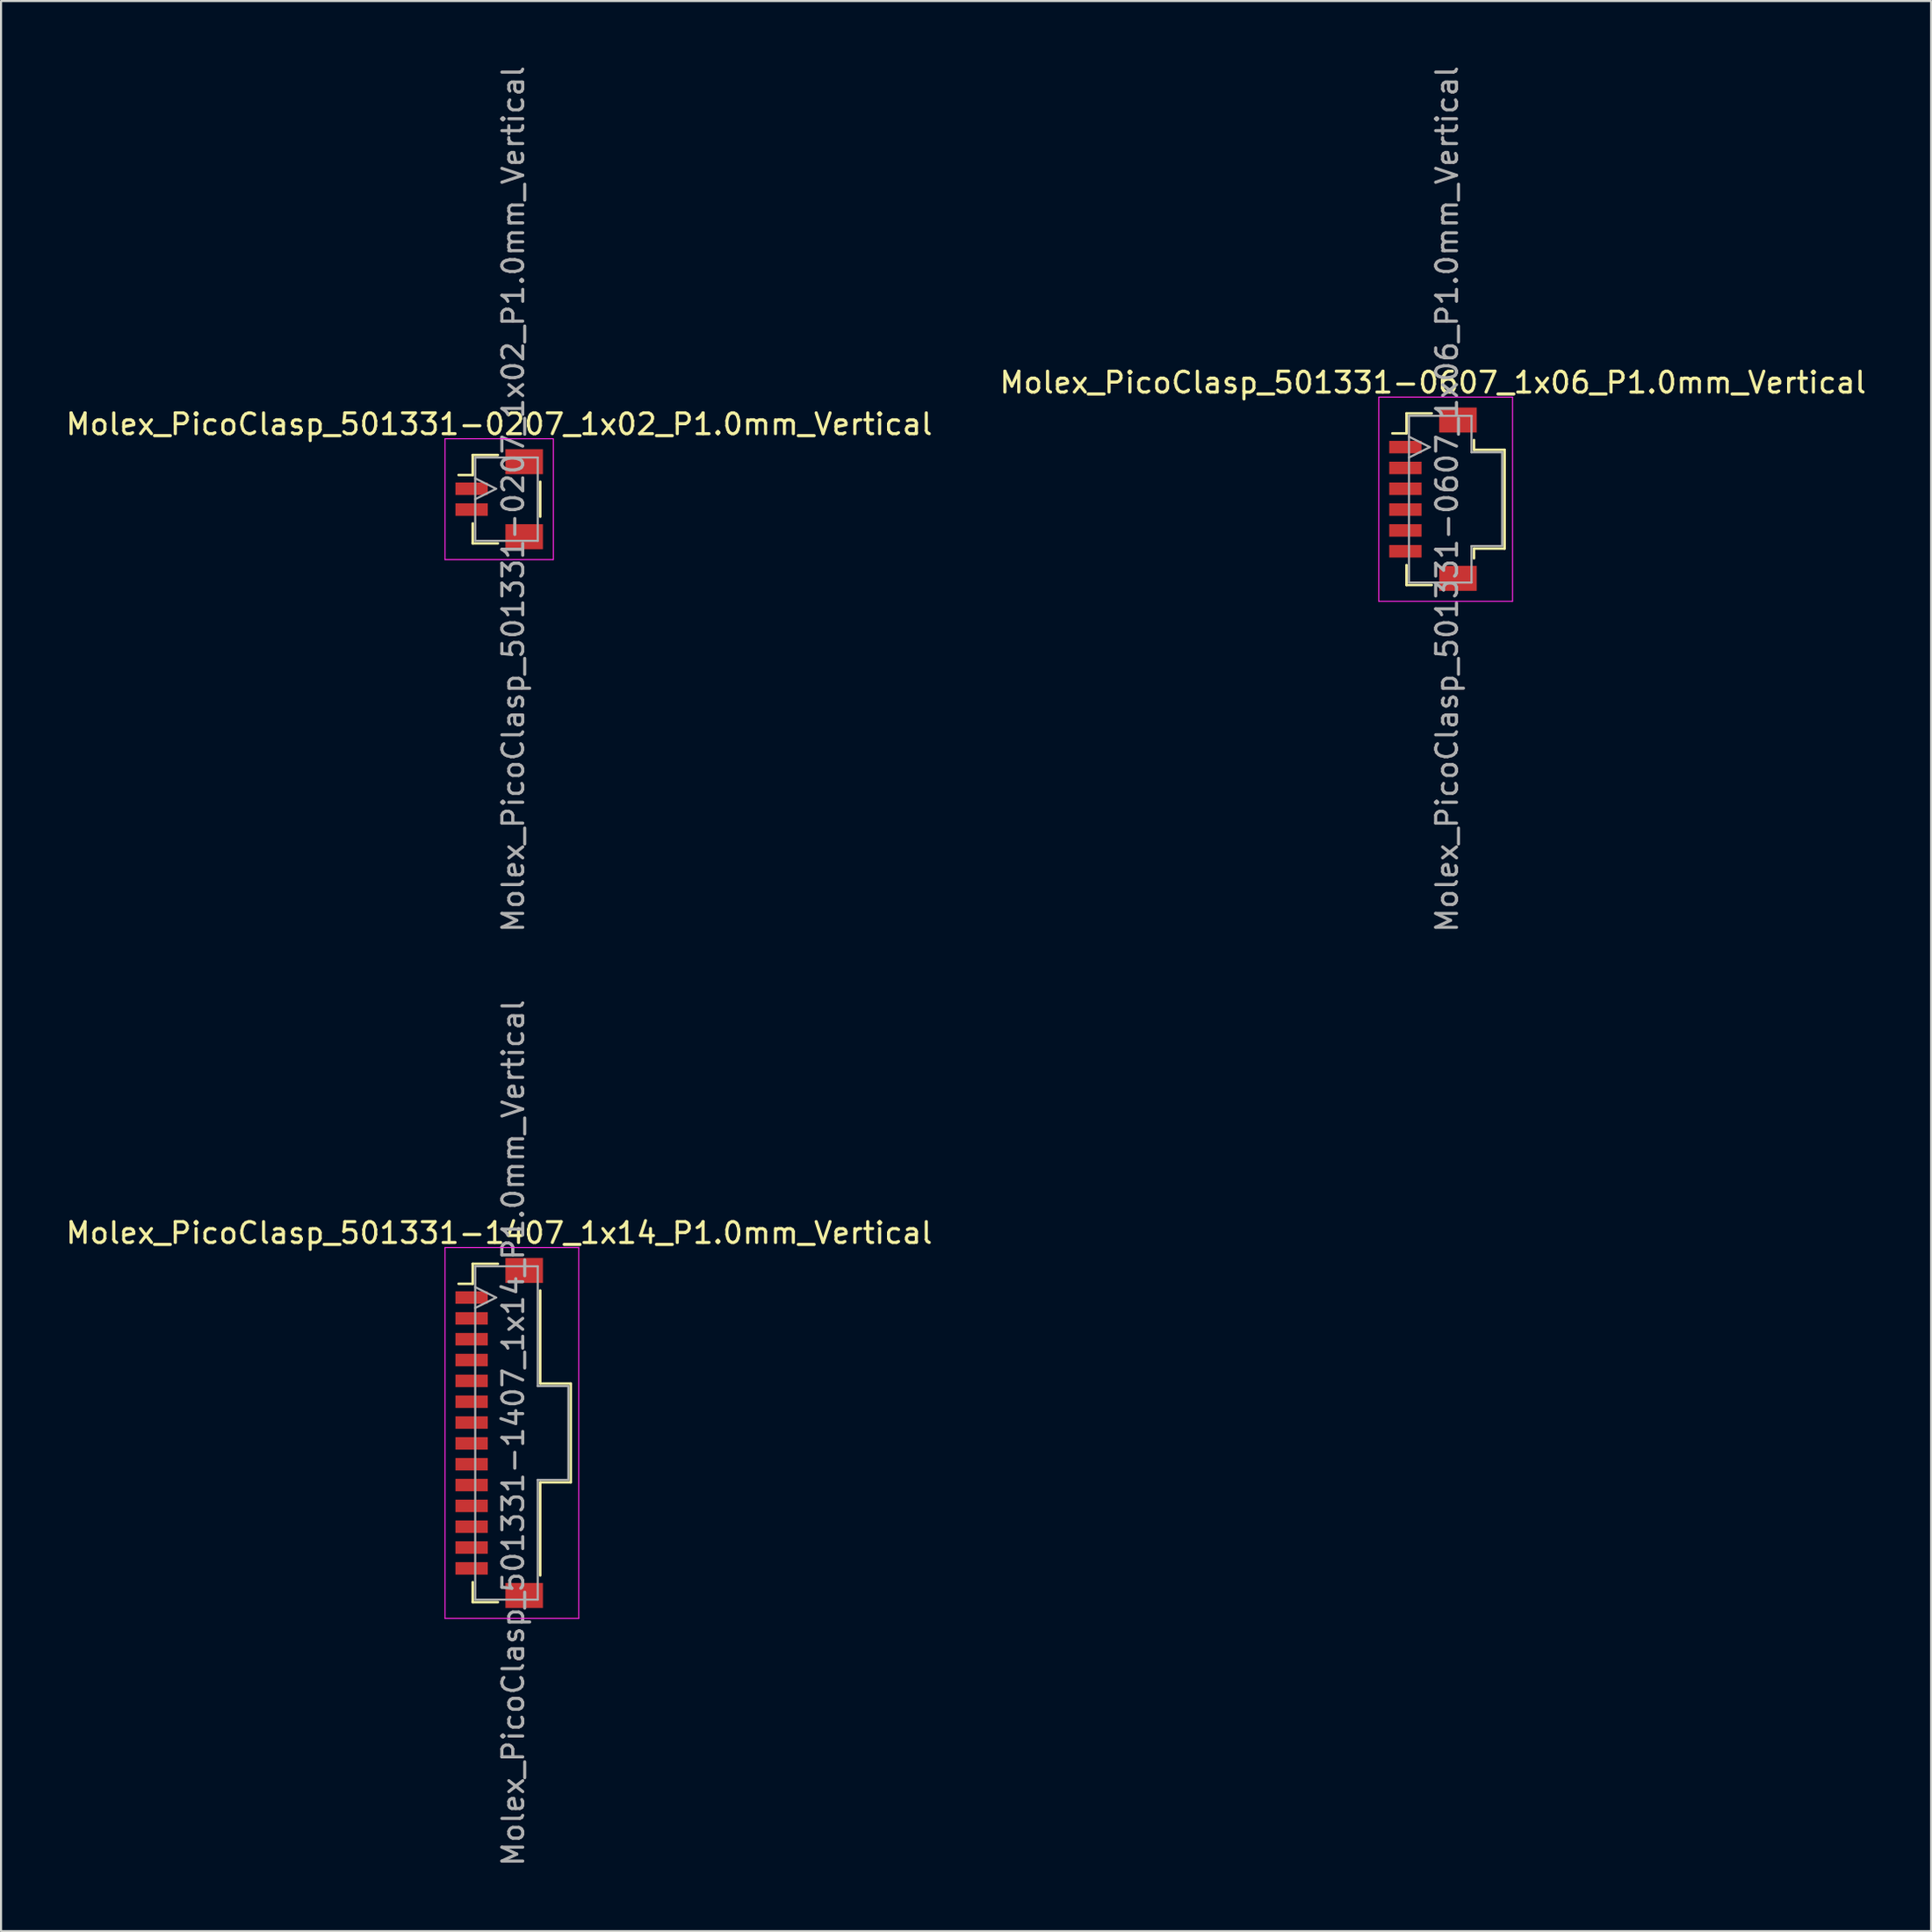
<source format=kicad_pcb>
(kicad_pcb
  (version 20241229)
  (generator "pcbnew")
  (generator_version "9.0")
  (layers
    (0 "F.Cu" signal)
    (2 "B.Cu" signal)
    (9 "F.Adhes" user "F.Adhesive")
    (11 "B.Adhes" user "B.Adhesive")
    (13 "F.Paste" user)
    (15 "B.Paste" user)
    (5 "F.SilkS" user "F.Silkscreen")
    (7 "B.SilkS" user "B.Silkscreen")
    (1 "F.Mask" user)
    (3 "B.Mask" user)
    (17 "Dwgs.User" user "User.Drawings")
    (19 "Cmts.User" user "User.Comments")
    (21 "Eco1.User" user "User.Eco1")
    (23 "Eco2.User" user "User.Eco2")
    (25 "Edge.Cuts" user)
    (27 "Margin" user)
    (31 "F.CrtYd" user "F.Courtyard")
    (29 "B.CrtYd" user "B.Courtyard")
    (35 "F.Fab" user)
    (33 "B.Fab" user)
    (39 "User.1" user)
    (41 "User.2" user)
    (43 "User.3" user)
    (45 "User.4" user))
  (footprint "Molex_PicoClasp_501331-0207_1x02_P1.0mm_Vertical"
    (layer "F.Cu")
    (at 20.911 20.911)
    (property "Reference" "Molex_PicoClasp_501331-0207_1x02_P1.0mm_Vertical" (at 0 -3.6 0) (layer "F.SilkS") (effects (font (size 1 1) (thickness 0.15))))
    (attr smd)
    (fp_line (start -1.95 -1.16) (end -1.27 -1.16) (stroke (width 0.12) (type solid)) (layer "F.SilkS"))
    (fp_line (start -1.27 -2.12) (end -0.06 -2.12) (stroke (width 0.12) (type solid)) (layer "F.SilkS"))
    (fp_line (start -1.27 -1.16) (end -1.27 -2.12) (stroke (width 0.12) (type solid)) (layer "F.SilkS"))
    (fp_line (start -1.27 1.16) (end -1.27 2.12) (stroke (width 0.12) (type solid)) (layer "F.SilkS"))
    (fp_line (start -1.27 2.12) (end -0.06 2.12) (stroke (width 0.12) (type solid)) (layer "F.SilkS"))
    (fp_line (start 1.97 -0.84) (end 1.97 0.84) (stroke (width 0.12) (type solid)) (layer "F.SilkS"))
    (fp_line (start -2.6 -2.9) (end -2.6 2.9) (stroke (width 0.05) (type solid)) (layer "F.CrtYd"))
    (fp_line (start -2.6 2.9) (end 2.6 2.9) (stroke (width 0.05) (type solid)) (layer "F.CrtYd"))
    (fp_line (start 2.6 -2.9) (end -2.6 -2.9) (stroke (width 0.05) (type solid)) (layer "F.CrtYd"))
    (fp_line (start 2.6 2.9) (end 2.6 -2.9) (stroke (width 0.05) (type solid)) (layer "F.CrtYd"))
    (fp_line (start -1.15 -2) (end -1.15 2) (stroke (width 0.1) (type solid)) (layer "F.Fab"))
    (fp_line (start -1.15 0) (end -0.15 -0.5) (stroke (width 0.1) (type solid)) (layer "F.Fab"))
    (fp_line (start -1.15 2) (end 1.85 2) (stroke (width 0.1) (type solid)) (layer "F.Fab"))
    (fp_line (start -0.15 -0.5) (end -1.15 -1) (stroke (width 0.1) (type solid)) (layer "F.Fab"))
    (fp_line (start 1.85 -2) (end -1.15 -2) (stroke (width 0.1) (type solid)) (layer "F.Fab"))
    (fp_line (start 1.85 2) (end 1.85 -2) (stroke (width 0.1) (type solid)) (layer "F.Fab"))
    (fp_text user "${REFERENCE}" (at 0.675 0 90) (layer "F.Fab") (effects (font (size 1 1) (thickness 0.15))))
    (pad "" smd rect (at 1.2 -1.8) (size 1.8 1.2) (layers "F.Cu" "F.Mask" "F.Paste"))
    (pad "" smd rect (at 1.2 1.8) (size 1.8 1.2) (layers "F.Cu" "F.Mask" "F.Paste"))
    (pad "1" smd rect (at -1.325 -0.5) (size 1.55 0.6) (layers "F.Cu" "F.Mask" "F.Paste"))
    (pad "2" smd rect (at -1.325 0.5) (size 1.55 0.6) (layers "F.Cu" "F.Mask" "F.Paste")))
  (footprint "Molex_PicoClasp_501331-0607_1x06_P1.0mm_Vertical"
    (layer "F.Cu")
    (at 65.732 20.911)
    (property "Reference" "Molex_PicoClasp_501331-0607_1x06_P1.0mm_Vertical" (at 0 -5.6 0) (layer "F.SilkS") (effects (font (size 1 1) (thickness 0.15))))
    (attr smd)
    (fp_line (start -1.95 -3.16) (end -1.27 -3.16) (stroke (width 0.12) (type solid)) (layer "F.SilkS"))
    (fp_line (start -1.27 -4.12) (end -0.06 -4.12) (stroke (width 0.12) (type solid)) (layer "F.SilkS"))
    (fp_line (start -1.27 -3.16) (end -1.27 -4.12) (stroke (width 0.12) (type solid)) (layer "F.SilkS"))
    (fp_line (start -1.27 3.16) (end -1.27 4.12) (stroke (width 0.12) (type solid)) (layer "F.SilkS"))
    (fp_line (start -1.27 4.12) (end -0.06 4.12) (stroke (width 0.12) (type solid)) (layer "F.SilkS"))
    (fp_line (start 1.97 -2.84) (end 1.97 -2.37) (stroke (width 0.12) (type solid)) (layer "F.SilkS"))
    (fp_line (start 1.97 -2.37) (end 3.44 -2.37) (stroke (width 0.12) (type solid)) (layer "F.SilkS"))
    (fp_line (start 1.97 2.37) (end 1.97 2.84) (stroke (width 0.12) (type solid)) (layer "F.SilkS"))
    (fp_line (start 3.44 -2.37) (end 3.44 2.37) (stroke (width 0.12) (type solid)) (layer "F.SilkS"))
    (fp_line (start 3.44 2.37) (end 1.97 2.37) (stroke (width 0.12) (type solid)) (layer "F.SilkS"))
    (fp_line (start -2.6 -4.9) (end -2.6 4.9) (stroke (width 0.05) (type solid)) (layer "F.CrtYd"))
    (fp_line (start -2.6 4.9) (end 3.82 4.9) (stroke (width 0.05) (type solid)) (layer "F.CrtYd"))
    (fp_line (start 3.82 -4.9) (end -2.6 -4.9) (stroke (width 0.05) (type solid)) (layer "F.CrtYd"))
    (fp_line (start 3.82 4.9) (end 3.82 -4.9) (stroke (width 0.05) (type solid)) (layer "F.CrtYd"))
    (fp_line (start -1.15 -4) (end 1.85 -4) (stroke (width 0.1) (type solid)) (layer "F.Fab"))
    (fp_line (start -1.15 -2) (end -0.15 -2.5) (stroke (width 0.1) (type solid)) (layer "F.Fab"))
    (fp_line (start -1.15 4) (end -1.15 -4) (stroke (width 0.1) (type solid)) (layer "F.Fab"))
    (fp_line (start -0.15 -2.5) (end -1.15 -3) (stroke (width 0.1) (type solid)) (layer "F.Fab"))
    (fp_line (start 1.85 -4) (end 1.85 -2.25) (stroke (width 0.1) (type solid)) (layer "F.Fab"))
    (fp_line (start 1.85 -2.25) (end 3.32 -2.25) (stroke (width 0.1) (type solid)) (layer "F.Fab"))
    (fp_line (start 1.85 2.25) (end 1.85 4) (stroke (width 0.1) (type solid)) (layer "F.Fab"))
    (fp_line (start 1.85 4) (end -1.15 4) (stroke (width 0.1) (type solid)) (layer "F.Fab"))
    (fp_line (start 3.32 -2.25) (end 3.32 2.25) (stroke (width 0.1) (type solid)) (layer "F.Fab"))
    (fp_line (start 3.32 2.25) (end 1.85 2.25) (stroke (width 0.1) (type solid)) (layer "F.Fab"))
    (fp_text user "${REFERENCE}" (at 0.675 0 90) (layer "F.Fab") (effects (font (size 1 1) (thickness 0.15))))
    (pad "" smd rect (at 1.2 -3.8) (size 1.8 1.2) (layers "F.Cu" "F.Mask" "F.Paste"))
    (pad "" smd rect (at 1.2 3.8) (size 1.8 1.2) (layers "F.Cu" "F.Mask" "F.Paste"))
    (pad "1" smd rect (at -1.325 -2.5) (size 1.55 0.6) (layers "F.Cu" "F.Mask" "F.Paste"))
    (pad "2" smd rect (at -1.325 -1.5) (size 1.55 0.6) (layers "F.Cu" "F.Mask" "F.Paste"))
    (pad "3" smd rect (at -1.325 -0.5) (size 1.55 0.6) (layers "F.Cu" "F.Mask" "F.Paste"))
    (pad "4" smd rect (at -1.325 0.5) (size 1.55 0.6) (layers "F.Cu" "F.Mask" "F.Paste"))
    (pad "5" smd rect (at -1.325 1.5) (size 1.55 0.6) (layers "F.Cu" "F.Mask" "F.Paste"))
    (pad "6" smd rect (at -1.325 2.5) (size 1.55 0.6) (layers "F.Cu" "F.Mask" "F.Paste")))
  (footprint "Molex_PicoClasp_501331-1407_1x14_P1.0mm_Vertical"
    (layer "F.Cu")
    (at 20.911 65.732)
    (property "Reference" "Molex_PicoClasp_501331-1407_1x14_P1.0mm_Vertical" (at 0 -9.6 0) (layer "F.SilkS") (effects (font (size 1 1) (thickness 0.15))))
    (attr smd)
    (fp_line (start -1.95 -7.16) (end -1.27 -7.16) (stroke (width 0.12) (type solid)) (layer "F.SilkS"))
    (fp_line (start -1.27 -8.12) (end -0.06 -8.12) (stroke (width 0.12) (type solid)) (layer "F.SilkS"))
    (fp_line (start -1.27 -7.16) (end -1.27 -8.12) (stroke (width 0.12) (type solid)) (layer "F.SilkS"))
    (fp_line (start -1.27 7.16) (end -1.27 8.12) (stroke (width 0.12) (type solid)) (layer "F.SilkS"))
    (fp_line (start -1.27 8.12) (end -0.06 8.12) (stroke (width 0.12) (type solid)) (layer "F.SilkS"))
    (fp_line (start 1.97 -6.84) (end 1.97 -2.37) (stroke (width 0.12) (type solid)) (layer "F.SilkS"))
    (fp_line (start 1.97 -2.37) (end 3.44 -2.37) (stroke (width 0.12) (type solid)) (layer "F.SilkS"))
    (fp_line (start 1.97 2.37) (end 1.97 6.84) (stroke (width 0.12) (type solid)) (layer "F.SilkS"))
    (fp_line (start 3.44 -2.37) (end 3.44 2.37) (stroke (width 0.12) (type solid)) (layer "F.SilkS"))
    (fp_line (start 3.44 2.37) (end 1.97 2.37) (stroke (width 0.12) (type solid)) (layer "F.SilkS"))
    (fp_line (start -2.6 -8.9) (end -2.6 8.9) (stroke (width 0.05) (type solid)) (layer "F.CrtYd"))
    (fp_line (start -2.6 8.9) (end 3.82 8.9) (stroke (width 0.05) (type solid)) (layer "F.CrtYd"))
    (fp_line (start 3.82 -8.9) (end -2.6 -8.9) (stroke (width 0.05) (type solid)) (layer "F.CrtYd"))
    (fp_line (start 3.82 8.9) (end 3.82 -8.9) (stroke (width 0.05) (type solid)) (layer "F.CrtYd"))
    (fp_line (start -1.15 -8) (end 1.85 -8) (stroke (width 0.1) (type solid)) (layer "F.Fab"))
    (fp_line (start -1.15 -6) (end -0.15 -6.5) (stroke (width 0.1) (type solid)) (layer "F.Fab"))
    (fp_line (start -1.15 8) (end -1.15 -8) (stroke (width 0.1) (type solid)) (layer "F.Fab"))
    (fp_line (start -0.15 -6.5) (end -1.15 -7) (stroke (width 0.1) (type solid)) (layer "F.Fab"))
    (fp_line (start 1.85 -8) (end 1.85 -2.25) (stroke (width 0.1) (type solid)) (layer "F.Fab"))
    (fp_line (start 1.85 -2.25) (end 3.32 -2.25) (stroke (width 0.1) (type solid)) (layer "F.Fab"))
    (fp_line (start 1.85 2.25) (end 1.85 8) (stroke (width 0.1) (type solid)) (layer "F.Fab"))
    (fp_line (start 1.85 8) (end -1.15 8) (stroke (width 0.1) (type solid)) (layer "F.Fab"))
    (fp_line (start 3.32 -2.25) (end 3.32 2.25) (stroke (width 0.1) (type solid)) (layer "F.Fab"))
    (fp_line (start 3.32 2.25) (end 1.85 2.25) (stroke (width 0.1) (type solid)) (layer "F.Fab"))
    (fp_text user "${REFERENCE}" (at 0.675 0 90) (layer "F.Fab") (effects (font (size 1 1) (thickness 0.15))))
    (pad "" smd rect (at 1.2 -7.8) (size 1.8 1.2) (layers "F.Cu" "F.Mask" "F.Paste"))
    (pad "" smd rect (at 1.2 7.8) (size 1.8 1.2) (layers "F.Cu" "F.Mask" "F.Paste"))
    (pad "1" smd rect (at -1.325 -6.5) (size 1.55 0.6) (layers "F.Cu" "F.Mask" "F.Paste"))
    (pad "2" smd rect (at -1.325 -5.5) (size 1.55 0.6) (layers "F.Cu" "F.Mask" "F.Paste"))
    (pad "3" smd rect (at -1.325 -4.5) (size 1.55 0.6) (layers "F.Cu" "F.Mask" "F.Paste"))
    (pad "4" smd rect (at -1.325 -3.5) (size 1.55 0.6) (layers "F.Cu" "F.Mask" "F.Paste"))
    (pad "5" smd rect (at -1.325 -2.5) (size 1.55 0.6) (layers "F.Cu" "F.Mask" "F.Paste"))
    (pad "6" smd rect (at -1.325 -1.5) (size 1.55 0.6) (layers "F.Cu" "F.Mask" "F.Paste"))
    (pad "7" smd rect (at -1.325 -0.5) (size 1.55 0.6) (layers "F.Cu" "F.Mask" "F.Paste"))
    (pad "8" smd rect (at -1.325 0.5) (size 1.55 0.6) (layers "F.Cu" "F.Mask" "F.Paste"))
    (pad "9" smd rect (at -1.325 1.5) (size 1.55 0.6) (layers "F.Cu" "F.Mask" "F.Paste"))
    (pad "10" smd rect (at -1.325 2.5) (size 1.55 0.6) (layers "F.Cu" "F.Mask" "F.Paste"))
    (pad "11" smd rect (at -1.325 3.5) (size 1.55 0.6) (layers "F.Cu" "F.Mask" "F.Paste"))
    (pad "12" smd rect (at -1.325 4.5) (size 1.55 0.6) (layers "F.Cu" "F.Mask" "F.Paste"))
    (pad "13" smd rect (at -1.325 5.5) (size 1.55 0.6) (layers "F.Cu" "F.Mask" "F.Paste"))
    (pad "14" smd rect (at -1.325 6.5) (size 1.55 0.6) (layers "F.Cu" "F.Mask" "F.Paste")))
  (gr_rect
    (start -3 -3)
    (end 89.643 89.643)
    (stroke (width 0.1) (type default))
    (fill no)
    (layer "Edge.Cuts")))
</source>
